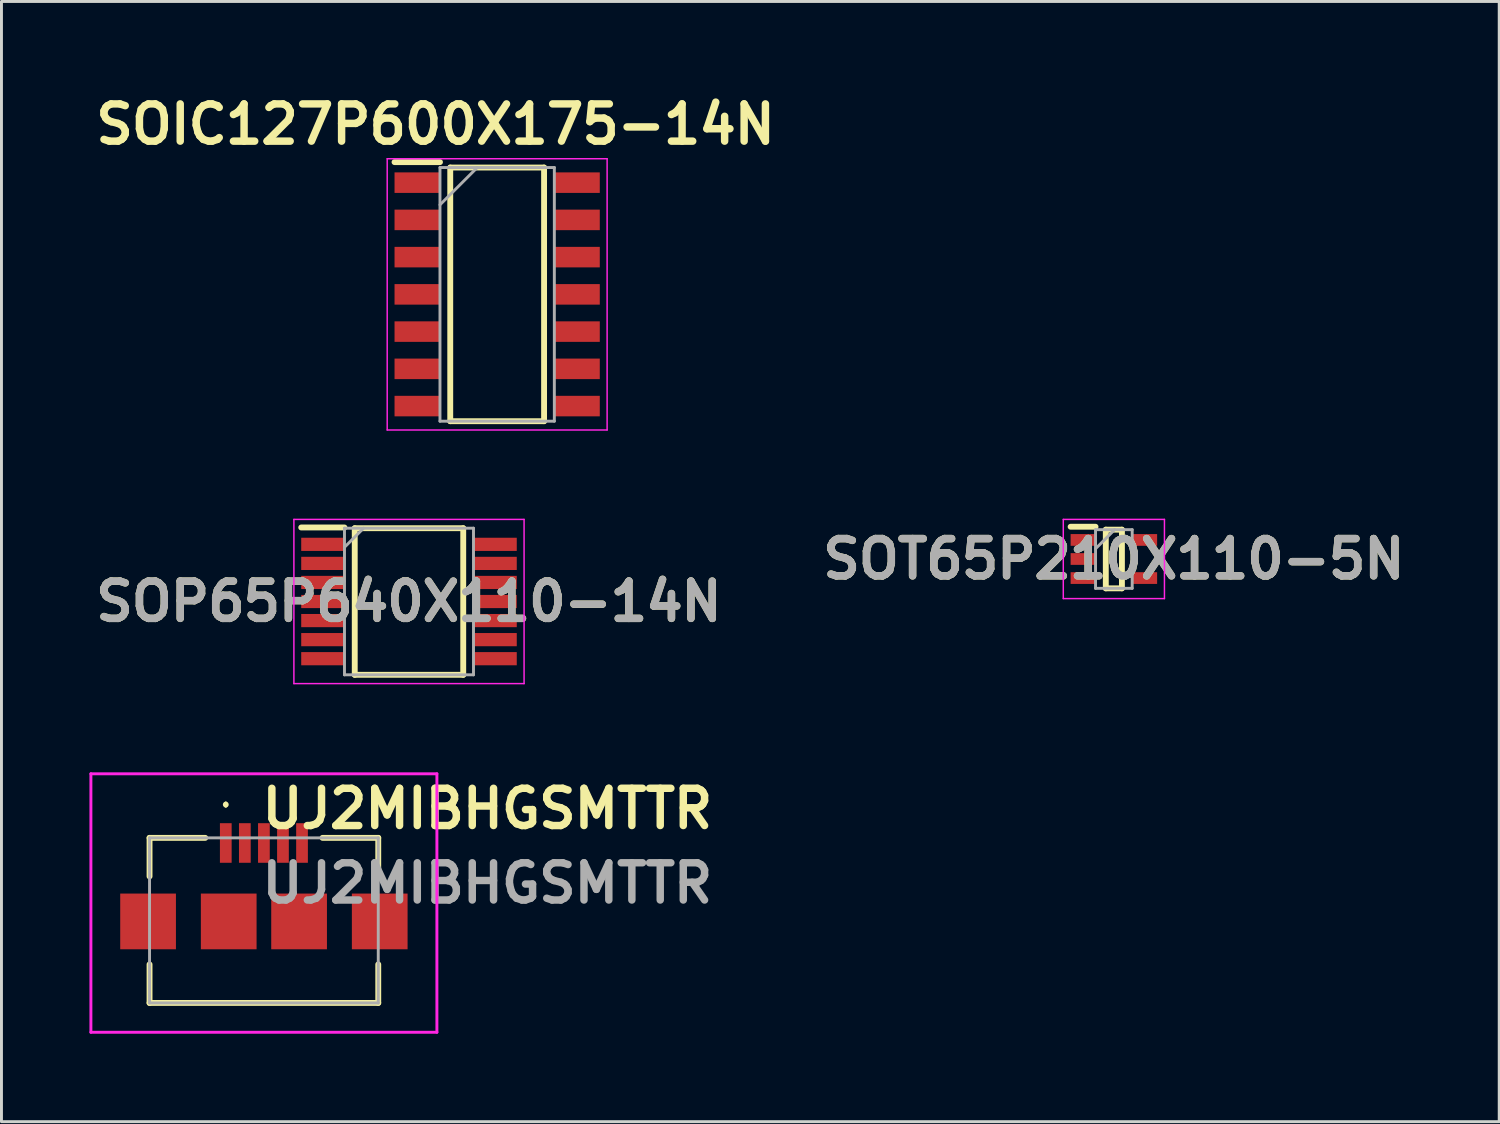
<source format=kicad_pcb>
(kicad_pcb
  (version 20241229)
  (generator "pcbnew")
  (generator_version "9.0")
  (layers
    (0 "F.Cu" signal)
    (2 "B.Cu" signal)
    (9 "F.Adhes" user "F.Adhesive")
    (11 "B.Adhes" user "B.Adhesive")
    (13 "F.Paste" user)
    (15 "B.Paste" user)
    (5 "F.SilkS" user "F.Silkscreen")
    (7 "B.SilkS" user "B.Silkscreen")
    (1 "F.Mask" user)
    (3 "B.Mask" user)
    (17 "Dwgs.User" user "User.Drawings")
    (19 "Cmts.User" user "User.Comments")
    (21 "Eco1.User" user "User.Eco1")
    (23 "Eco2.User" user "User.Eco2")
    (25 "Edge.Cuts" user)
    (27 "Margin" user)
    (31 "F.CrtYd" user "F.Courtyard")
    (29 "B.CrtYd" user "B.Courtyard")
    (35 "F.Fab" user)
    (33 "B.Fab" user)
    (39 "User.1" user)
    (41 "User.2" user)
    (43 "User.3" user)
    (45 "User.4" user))
  (footprint "UJ2MIBHGSMTTR"
    (layer "F.Cu")
    (at 5.95 28.339)
    (property "Reference" "UJ2MIBHGSMTTR" (at 7.62 -3.81 0) (layer "F.SilkS") (effects (font (size 1.27 1.27) (thickness 0.254))))
    (attr through_hole)
    (fp_line (start -3.9 -2.815) (end -2 -2.815) (stroke (width 0.2) (type solid)) (layer "F.SilkS"))
    (fp_line (start -3.9 -1.5) (end -3.9 -2.815) (stroke (width 0.2) (type solid)) (layer "F.SilkS"))
    (fp_line (start -3.9 1.5) (end -3.9 2.815) (stroke (width 0.2) (type solid)) (layer "F.SilkS"))
    (fp_line (start -3.9 2.815) (end 3.9 2.815) (stroke (width 0.2) (type solid)) (layer "F.SilkS"))
    (fp_line (start -1.3 -4) (end -1.3 -4) (stroke (width 0.1) (type solid)) (layer "F.SilkS"))
    (fp_line (start -1.3 -3.9) (end -1.3 -3.9) (stroke (width 0.1) (type solid)) (layer "F.SilkS"))
    (fp_line (start 2 -2.815) (end 3.9 -2.815) (stroke (width 0.2) (type solid)) (layer "F.SilkS"))
    (fp_line (start 3.9 -2.815) (end 3.9 -1.5) (stroke (width 0.2) (type solid)) (layer "F.SilkS"))
    (fp_line (start 3.9 2.815) (end 3.9 1.5) (stroke (width 0.2) (type solid)) (layer "F.SilkS"))
    (fp_arc (start -1.3 -4) (mid -1.25 -3.95) (end -1.3 -3.9) (stroke (width 0.1) (type solid)) (layer "F.SilkS"))
    (fp_arc (start -1.3 -3.9) (mid -1.35 -3.95) (end -1.3 -4) (stroke (width 0.1) (type solid)) (layer "F.SilkS"))
    (fp_line (start -5.9 -5) (end 5.9 -5) (stroke (width 0.1) (type solid)) (layer "F.CrtYd"))
    (fp_line (start -5.9 3.815) (end -5.9 -5) (stroke (width 0.1) (type solid)) (layer "F.CrtYd"))
    (fp_line (start 5.9 -5) (end 5.9 3.815) (stroke (width 0.1) (type solid)) (layer "F.CrtYd"))
    (fp_line (start 5.9 3.815) (end -5.9 3.815) (stroke (width 0.1) (type solid)) (layer "F.CrtYd"))
    (fp_line (start -3.9 -2.815) (end 3.9 -2.815) (stroke (width 0.1) (type solid)) (layer "F.Fab"))
    (fp_line (start -3.9 2.815) (end -3.9 -2.815) (stroke (width 0.1) (type solid)) (layer "F.Fab"))
    (fp_line (start 3.9 -2.815) (end 3.9 2.815) (stroke (width 0.1) (type solid)) (layer "F.Fab"))
    (fp_line (start 3.9 2.815) (end -3.9 2.815) (stroke (width 0.1) (type solid)) (layer "F.Fab"))
    (fp_text user "${REFERENCE}" (at 7.62 -1.27 0) (layer "F.Fab") (effects (font (size 1.27 1.27) (thickness 0.254))))
    (pad "" np_thru_hole circle (at -2 -2.115) (size 0.001 0.001) (drill 0.55) (layers "*.Cu" "*.Mask"))
    (pad "" np_thru_hole circle (at 2 -2.115) (size 0.001 0.001) (drill 0.55) (layers "*.Cu" "*.Mask"))
    (pad "1" smd rect (at -1.3 -2.64) (size 0.4 1.35) (layers "F.Cu" "F.Mask" "F.Paste"))
    (pad "2" smd rect (at 1.3 -2.64) (size 0.4 1.35) (layers "F.Cu" "F.Mask" "F.Paste"))
    (pad "3" smd rect (at -0.65 -2.64) (size 0.4 1.35) (layers "F.Cu" "F.Mask" "F.Paste"))
    (pad "4" smd rect (at 0 -2.64) (size 0.4 1.35) (layers "F.Cu" "F.Mask" "F.Paste"))
    (pad "5" smd rect (at 0.65 -2.64) (size 0.4 1.35) (layers "F.Cu" "F.Mask" "F.Paste"))
    (pad "6" smd rect (at -3.95 0.035) (size 1.9 1.9) (layers "F.Cu" "F.Mask" "F.Paste"))
    (pad "6" smd rect (at -1.2 0.035) (size 1.9 1.9) (layers "F.Cu" "F.Mask" "F.Paste"))
    (pad "6" smd rect (at 1.2 0.035) (size 1.9 1.9) (layers "F.Cu" "F.Mask" "F.Paste"))
    (pad "6" smd rect (at 3.95 0.035) (size 1.9 1.9) (layers "F.Cu" "F.Mask" "F.Paste")))
  (footprint "SOT65P210X110-5N"
    (layer "F.Cu")
    (at 34.937 16.014)
    (property "Reference" "SOT65P210X110-5N" (at 0 0 0) (layer "F.SilkS") (effects (font (size 1.27 1.27) (thickness 0.254))))
    (attr smd)
    (fp_line (start -1.475 -1.1) (end -0.625 -1.1) (stroke (width 0.2) (type solid)) (layer "F.SilkS"))
    (fp_line (start -0.275 -1) (end 0.275 -1) (stroke (width 0.2) (type solid)) (layer "F.SilkS"))
    (fp_line (start -0.275 1) (end -0.275 -1) (stroke (width 0.2) (type solid)) (layer "F.SilkS"))
    (fp_line (start 0.275 -1) (end 0.275 1) (stroke (width 0.2) (type solid)) (layer "F.SilkS"))
    (fp_line (start 0.275 1) (end -0.275 1) (stroke (width 0.2) (type solid)) (layer "F.SilkS"))
    (fp_line (start -1.725 -1.35) (end 1.725 -1.35) (stroke (width 0.05) (type solid)) (layer "F.CrtYd"))
    (fp_line (start -1.725 1.35) (end -1.725 -1.35) (stroke (width 0.05) (type solid)) (layer "F.CrtYd"))
    (fp_line (start 1.725 -1.35) (end 1.725 1.35) (stroke (width 0.05) (type solid)) (layer "F.CrtYd"))
    (fp_line (start 1.725 1.35) (end -1.725 1.35) (stroke (width 0.05) (type solid)) (layer "F.CrtYd"))
    (fp_line (start -0.625 -1) (end 0.625 -1) (stroke (width 0.1) (type solid)) (layer "F.Fab"))
    (fp_line (start -0.625 -0.35) (end 0.025 -1) (stroke (width 0.1) (type solid)) (layer "F.Fab"))
    (fp_line (start -0.625 1) (end -0.625 -1) (stroke (width 0.1) (type solid)) (layer "F.Fab"))
    (fp_line (start 0.625 -1) (end 0.625 1) (stroke (width 0.1) (type solid)) (layer "F.Fab"))
    (fp_line (start 0.625 1) (end -0.625 1) (stroke (width 0.1) (type solid)) (layer "F.Fab"))
    (fp_text user "${REFERENCE}" (at 0 0 0) (layer "F.Fab") (effects (font (size 1.27 1.27) (thickness 0.254))))
    (pad "1" smd rect (at -1.05 -0.65 90) (size 0.4 0.85) (layers "F.Cu" "F.Mask" "F.Paste"))
    (pad "2" smd rect (at -1.05 0 90) (size 0.4 0.85) (layers "F.Cu" "F.Mask" "F.Paste"))
    (pad "3" smd rect (at -1.05 0.65 90) (size 0.4 0.85) (layers "F.Cu" "F.Mask" "F.Paste"))
    (pad "4" smd rect (at 1.05 0.65 90) (size 0.4 0.85) (layers "F.Cu" "F.Mask" "F.Paste"))
    (pad "5" smd rect (at 1.05 -0.65 90) (size 0.4 0.85) (layers "F.Cu" "F.Mask" "F.Paste")))
  (footprint "SOP65P640X110-14N"
    (layer "F.Cu")
    (at 10.898 17.464)
    (property "Reference" "SOP65P640X110-14N" (at 0 0 0) (layer "F.SilkS") (effects (font (size 1.27 1.27) (thickness 0.254))))
    (attr smd)
    (fp_line (start -3.675 -2.525) (end -2.2 -2.525) (stroke (width 0.2) (type solid)) (layer "F.SilkS"))
    (fp_line (start -1.85 -2.5) (end 1.85 -2.5) (stroke (width 0.2) (type solid)) (layer "F.SilkS"))
    (fp_line (start -1.85 2.5) (end -1.85 -2.5) (stroke (width 0.2) (type solid)) (layer "F.SilkS"))
    (fp_line (start 1.85 -2.5) (end 1.85 2.5) (stroke (width 0.2) (type solid)) (layer "F.SilkS"))
    (fp_line (start 1.85 2.5) (end -1.85 2.5) (stroke (width 0.2) (type solid)) (layer "F.SilkS"))
    (fp_line (start -3.925 -2.8) (end 3.925 -2.8) (stroke (width 0.05) (type solid)) (layer "F.CrtYd"))
    (fp_line (start -3.925 2.8) (end -3.925 -2.8) (stroke (width 0.05) (type solid)) (layer "F.CrtYd"))
    (fp_line (start 3.925 -2.8) (end 3.925 2.8) (stroke (width 0.05) (type solid)) (layer "F.CrtYd"))
    (fp_line (start 3.925 2.8) (end -3.925 2.8) (stroke (width 0.05) (type solid)) (layer "F.CrtYd"))
    (fp_line (start -2.2 -2.5) (end 2.2 -2.5) (stroke (width 0.1) (type solid)) (layer "F.Fab"))
    (fp_line (start -2.2 -1.85) (end -1.55 -2.5) (stroke (width 0.1) (type solid)) (layer "F.Fab"))
    (fp_line (start -2.2 2.5) (end -2.2 -2.5) (stroke (width 0.1) (type solid)) (layer "F.Fab"))
    (fp_line (start 2.2 -2.5) (end 2.2 2.5) (stroke (width 0.1) (type solid)) (layer "F.Fab"))
    (fp_line (start 2.2 2.5) (end -2.2 2.5) (stroke (width 0.1) (type solid)) (layer "F.Fab"))
    (fp_text user "${REFERENCE}" (at 0 0 0) (layer "F.Fab") (effects (font (size 1.27 1.27) (thickness 0.254))))
    (pad "1" smd rect (at -2.938 -1.95 90) (size 0.45 1.475) (layers "F.Cu" "F.Mask" "F.Paste"))
    (pad "2" smd rect (at -2.938 -1.3 90) (size 0.45 1.475) (layers "F.Cu" "F.Mask" "F.Paste"))
    (pad "3" smd rect (at -2.938 -0.65 90) (size 0.45 1.475) (layers "F.Cu" "F.Mask" "F.Paste"))
    (pad "4" smd rect (at -2.938 0 90) (size 0.45 1.475) (layers "F.Cu" "F.Mask" "F.Paste"))
    (pad "5" smd rect (at -2.938 0.65 90) (size 0.45 1.475) (layers "F.Cu" "F.Mask" "F.Paste"))
    (pad "6" smd rect (at -2.938 1.3 90) (size 0.45 1.475) (layers "F.Cu" "F.Mask" "F.Paste"))
    (pad "7" smd rect (at -2.938 1.95 90) (size 0.45 1.475) (layers "F.Cu" "F.Mask" "F.Paste"))
    (pad "8" smd rect (at 2.938 1.95 90) (size 0.45 1.475) (layers "F.Cu" "F.Mask" "F.Paste"))
    (pad "9" smd rect (at 2.938 1.3 90) (size 0.45 1.475) (layers "F.Cu" "F.Mask" "F.Paste"))
    (pad "10" smd rect (at 2.938 0.65 90) (size 0.45 1.475) (layers "F.Cu" "F.Mask" "F.Paste"))
    (pad "11" smd rect (at 2.938 0 90) (size 0.45 1.475) (layers "F.Cu" "F.Mask" "F.Paste"))
    (pad "12" smd rect (at 2.938 -0.65 90) (size 0.45 1.475) (layers "F.Cu" "F.Mask" "F.Paste"))
    (pad "13" smd rect (at 2.938 -1.3 90) (size 0.45 1.475) (layers "F.Cu" "F.Mask" "F.Paste"))
    (pad "14" smd rect (at 2.938 -1.95 90) (size 0.45 1.475) (layers "F.Cu" "F.Mask" "F.Paste")))
  (footprint "SOIC127P600X175-14N"
    (layer "F.Cu")
    (at 13.905 6.989)
    (property "Reference" "SOIC127P600X175-14N" (at -2.1 -5.8 0) (layer "F.SilkS") (effects (font (size 1.27 1.27) (thickness 0.254))))
    (attr smd)
    (fp_line (start -3.5 -4.51) (end -1.95 -4.51) (stroke (width 0.2) (type solid)) (layer "F.SilkS"))
    (fp_line (start -1.6 -4.325) (end 1.6 -4.325) (stroke (width 0.2) (type solid)) (layer "F.SilkS"))
    (fp_line (start -1.6 4.325) (end -1.6 -4.325) (stroke (width 0.2) (type solid)) (layer "F.SilkS"))
    (fp_line (start 1.6 -4.325) (end 1.6 4.325) (stroke (width 0.2) (type solid)) (layer "F.SilkS"))
    (fp_line (start 1.6 4.325) (end -1.6 4.325) (stroke (width 0.2) (type solid)) (layer "F.SilkS"))
    (fp_line (start -3.75 -4.625) (end 3.75 -4.625) (stroke (width 0.05) (type solid)) (layer "F.CrtYd"))
    (fp_line (start -3.75 4.625) (end -3.75 -4.625) (stroke (width 0.05) (type solid)) (layer "F.CrtYd"))
    (fp_line (start 3.75 -4.625) (end 3.75 4.625) (stroke (width 0.05) (type solid)) (layer "F.CrtYd"))
    (fp_line (start 3.75 4.625) (end -3.75 4.625) (stroke (width 0.05) (type solid)) (layer "F.CrtYd"))
    (fp_line (start -1.95 -4.325) (end 1.95 -4.325) (stroke (width 0.1) (type solid)) (layer "F.Fab"))
    (fp_line (start -1.95 -3.055) (end -0.68 -4.325) (stroke (width 0.1) (type solid)) (layer "F.Fab"))
    (fp_line (start -1.95 4.325) (end -1.95 -4.325) (stroke (width 0.1) (type solid)) (layer "F.Fab"))
    (fp_line (start 1.95 -4.325) (end 1.95 4.325) (stroke (width 0.1) (type solid)) (layer "F.Fab"))
    (fp_line (start 1.95 4.325) (end -1.95 4.325) (stroke (width 0.1) (type solid)) (layer "F.Fab"))
    (pad "1" smd rect (at -2.725 -3.81 90) (size 0.7 1.55) (layers "F.Cu" "F.Mask" "F.Paste"))
    (pad "2" smd rect (at -2.725 -2.54 90) (size 0.7 1.55) (layers "F.Cu" "F.Mask" "F.Paste"))
    (pad "3" smd rect (at -2.725 -1.27 90) (size 0.7 1.55) (layers "F.Cu" "F.Mask" "F.Paste"))
    (pad "4" smd rect (at -2.725 0 90) (size 0.7 1.55) (layers "F.Cu" "F.Mask" "F.Paste"))
    (pad "5" smd rect (at -2.725 1.27 90) (size 0.7 1.55) (layers "F.Cu" "F.Mask" "F.Paste"))
    (pad "6" smd rect (at -2.725 2.54 90) (size 0.7 1.55) (layers "F.Cu" "F.Mask" "F.Paste"))
    (pad "7" smd rect (at -2.725 3.81 90) (size 0.7 1.55) (layers "F.Cu" "F.Mask" "F.Paste"))
    (pad "8" smd rect (at 2.725 3.81 90) (size 0.7 1.55) (layers "F.Cu" "F.Mask" "F.Paste"))
    (pad "9" smd rect (at 2.725 2.54 90) (size 0.7 1.55) (layers "F.Cu" "F.Mask" "F.Paste"))
    (pad "10" smd rect (at 2.725 1.27 90) (size 0.7 1.55) (layers "F.Cu" "F.Mask" "F.Paste"))
    (pad "11" smd rect (at 2.725 0 90) (size 0.7 1.55) (layers "F.Cu" "F.Mask" "F.Paste"))
    (pad "12" smd rect (at 2.725 -1.27 90) (size 0.7 1.55) (layers "F.Cu" "F.Mask" "F.Paste"))
    (pad "13" smd rect (at 2.725 -2.54 90) (size 0.7 1.55) (layers "F.Cu" "F.Mask" "F.Paste"))
    (pad "14" smd rect (at 2.725 -3.81 90) (size 0.7 1.55) (layers "F.Cu" "F.Mask" "F.Paste")))
  (gr_rect
    (start -3 -3)
    (end 48.079 35.204)
    (stroke (width 0.1) (type default))
    (fill no)
    (layer "Edge.Cuts")))
</source>
